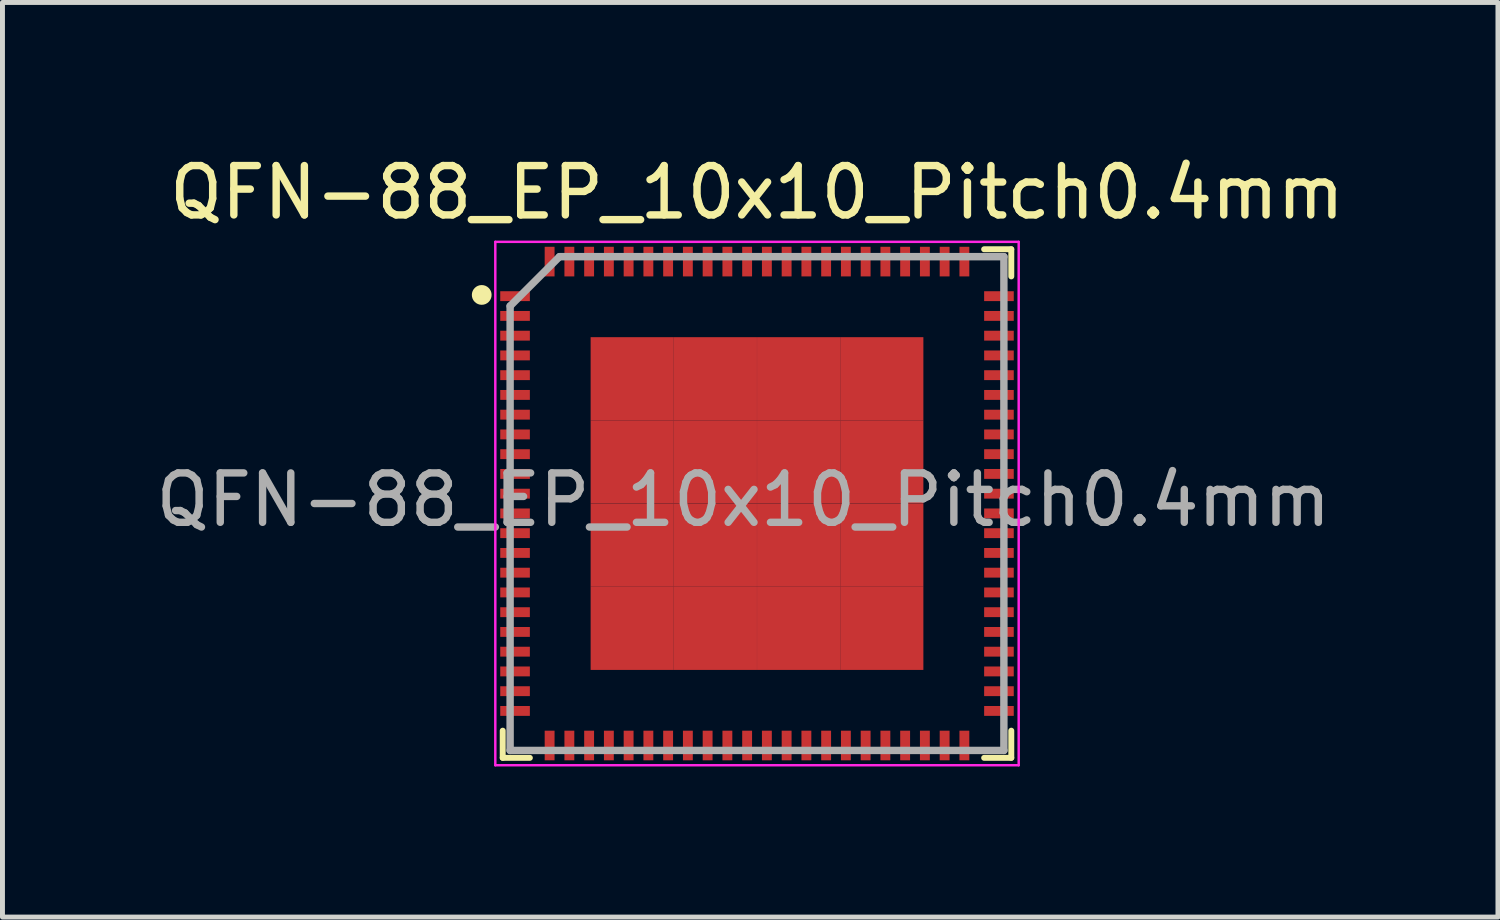
<source format=kicad_pcb>
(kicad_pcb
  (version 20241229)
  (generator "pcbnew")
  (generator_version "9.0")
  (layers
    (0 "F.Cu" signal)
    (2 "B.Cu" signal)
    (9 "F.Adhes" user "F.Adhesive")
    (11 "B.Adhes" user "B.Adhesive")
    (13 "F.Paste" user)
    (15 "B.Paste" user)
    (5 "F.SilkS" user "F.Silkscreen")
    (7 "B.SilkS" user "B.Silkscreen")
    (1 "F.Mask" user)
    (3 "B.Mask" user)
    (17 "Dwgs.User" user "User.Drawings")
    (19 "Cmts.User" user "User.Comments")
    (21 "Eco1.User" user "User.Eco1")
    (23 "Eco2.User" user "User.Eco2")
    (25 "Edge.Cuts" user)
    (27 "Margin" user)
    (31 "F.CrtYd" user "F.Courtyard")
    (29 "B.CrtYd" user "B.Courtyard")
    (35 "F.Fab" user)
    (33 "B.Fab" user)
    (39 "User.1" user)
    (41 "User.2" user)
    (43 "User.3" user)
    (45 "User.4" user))
  (footprint "QFN-88_EP_10x10_Pitch0.4mm"
    (layer "F.Cu")
    (at 12.281 7.148)
    (property "Reference" "QFN-88_EP_10x10_Pitch0.4mm" (at 0 -6.3 0) (layer "F.SilkS") (effects (font (size 1 1) (thickness 0.15))))
    (attr smd)
    (fp_line (start -5.15 5.15) (end -5.15 4.6) (stroke (width 0.12) (type solid)) (layer "F.SilkS"))
    (fp_line (start -4.6 5.15) (end -5.15 5.15) (stroke (width 0.12) (type solid)) (layer "F.SilkS"))
    (fp_line (start 4.6 -5.15) (end 5.15 -5.15) (stroke (width 0.12) (type solid)) (layer "F.SilkS"))
    (fp_line (start 4.6 5.15) (end 5.15 5.15) (stroke (width 0.12) (type solid)) (layer "F.SilkS"))
    (fp_line (start 5.15 -5.15) (end 5.15 -4.6) (stroke (width 0.12) (type solid)) (layer "F.SilkS"))
    (fp_line (start 5.15 5.15) (end 5.15 4.6) (stroke (width 0.12) (type solid)) (layer "F.SilkS"))
    (fp_circle (center -5.575 -4.225) (end -5.475 -4.225) (stroke (width 0.2) (type solid)) (fill no) (layer "F.SilkS"))
    (fp_poly (pts (xy -5.075 -4.15) (xy -5.325 -4.15) (xy -5.325 -4.25) (xy -5.075 -4.25)) (stroke (width 0.1) (type solid)) (fill yes) (layer "F.Paste"))
    (fp_poly (pts (xy -5.075 -3.75) (xy -5.325 -3.75) (xy -5.325 -3.85) (xy -5.075 -3.85)) (stroke (width 0.1) (type solid)) (fill yes) (layer "F.Paste"))
    (fp_poly (pts (xy -5.075 -3.35) (xy -5.325 -3.35) (xy -5.325 -3.45) (xy -5.075 -3.45)) (stroke (width 0.1) (type solid)) (fill yes) (layer "F.Paste"))
    (fp_poly (pts (xy -5.075 -2.95) (xy -5.325 -2.95) (xy -5.325 -3.05) (xy -5.075 -3.05)) (stroke (width 0.1) (type solid)) (fill yes) (layer "F.Paste"))
    (fp_poly (pts (xy -5.075 -2.55) (xy -5.325 -2.55) (xy -5.325 -2.65) (xy -5.075 -2.65)) (stroke (width 0.1) (type solid)) (fill yes) (layer "F.Paste"))
    (fp_poly (pts (xy -5.075 -2.15) (xy -5.325 -2.15) (xy -5.325 -2.25) (xy -5.075 -2.25)) (stroke (width 0.1) (type solid)) (fill yes) (layer "F.Paste"))
    (fp_poly (pts (xy -5.075 -1.75) (xy -5.325 -1.75) (xy -5.325 -1.85) (xy -5.075 -1.85)) (stroke (width 0.1) (type solid)) (fill yes) (layer "F.Paste"))
    (fp_poly (pts (xy -5.075 -1.35) (xy -5.325 -1.35) (xy -5.325 -1.45) (xy -5.075 -1.45)) (stroke (width 0.1) (type solid)) (fill yes) (layer "F.Paste"))
    (fp_poly (pts (xy -5.075 -0.95) (xy -5.325 -0.95) (xy -5.325 -1.05) (xy -5.075 -1.05)) (stroke (width 0.1) (type solid)) (fill yes) (layer "F.Paste"))
    (fp_poly (pts (xy -5.075 -0.55) (xy -5.325 -0.55) (xy -5.325 -0.65) (xy -5.075 -0.65)) (stroke (width 0.1) (type solid)) (fill yes) (layer "F.Paste"))
    (fp_poly (pts (xy -5.075 -0.15) (xy -5.325 -0.15) (xy -5.325 -0.25) (xy -5.075 -0.25)) (stroke (width 0.1) (type solid)) (fill yes) (layer "F.Paste"))
    (fp_poly (pts (xy -5.075 0.25) (xy -5.325 0.25) (xy -5.325 0.15) (xy -5.075 0.15)) (stroke (width 0.1) (type solid)) (fill yes) (layer "F.Paste"))
    (fp_poly (pts (xy -5.075 0.65) (xy -5.325 0.65) (xy -5.325 0.55) (xy -5.075 0.55)) (stroke (width 0.1) (type solid)) (fill yes) (layer "F.Paste"))
    (fp_poly (pts (xy -5.075 1.05) (xy -5.325 1.05) (xy -5.325 0.95) (xy -5.075 0.95)) (stroke (width 0.1) (type solid)) (fill yes) (layer "F.Paste"))
    (fp_poly (pts (xy -5.075 1.45) (xy -5.325 1.45) (xy -5.325 1.35) (xy -5.075 1.35)) (stroke (width 0.1) (type solid)) (fill yes) (layer "F.Paste"))
    (fp_poly (pts (xy -5.075 1.85) (xy -5.325 1.85) (xy -5.325 1.75) (xy -5.075 1.75)) (stroke (width 0.1) (type solid)) (fill yes) (layer "F.Paste"))
    (fp_poly (pts (xy -5.075 2.25) (xy -5.325 2.25) (xy -5.325 2.15) (xy -5.075 2.15)) (stroke (width 0.1) (type solid)) (fill yes) (layer "F.Paste"))
    (fp_poly (pts (xy -5.075 2.65) (xy -5.325 2.65) (xy -5.325 2.55) (xy -5.075 2.55)) (stroke (width 0.1) (type solid)) (fill yes) (layer "F.Paste"))
    (fp_poly (pts (xy -5.075 3.05) (xy -5.325 3.05) (xy -5.325 2.95) (xy -5.075 2.95)) (stroke (width 0.1) (type solid)) (fill yes) (layer "F.Paste"))
    (fp_poly (pts (xy -5.075 3.45) (xy -5.325 3.45) (xy -5.325 3.35) (xy -5.075 3.35)) (stroke (width 0.1) (type solid)) (fill yes) (layer "F.Paste"))
    (fp_poly (pts (xy -5.075 3.85) (xy -5.325 3.85) (xy -5.325 3.75) (xy -5.075 3.75)) (stroke (width 0.1) (type solid)) (fill yes) (layer "F.Paste"))
    (fp_poly (pts (xy -5.075 4.25) (xy -5.325 4.25) (xy -5.325 4.15) (xy -5.075 4.15)) (stroke (width 0.1) (type solid)) (fill yes) (layer "F.Paste"))
    (fp_poly (pts (xy -4.25 -5.075) (xy -4.25 -5.325) (xy -4.15 -5.325) (xy -4.15 -5.075)) (stroke (width 0.1) (type solid)) (fill yes) (layer "F.Paste"))
    (fp_poly (pts (xy -4.15 5.075) (xy -4.15 5.325) (xy -4.25 5.325) (xy -4.25 5.075)) (stroke (width 0.1) (type solid)) (fill yes) (layer "F.Paste"))
    (fp_poly (pts (xy -3.85 -5.075) (xy -3.85 -5.325) (xy -3.75 -5.325) (xy -3.75 -5.075)) (stroke (width 0.1) (type solid)) (fill yes) (layer "F.Paste"))
    (fp_poly (pts (xy -3.75 5.075) (xy -3.75 5.325) (xy -3.85 5.325) (xy -3.85 5.075)) (stroke (width 0.1) (type solid)) (fill yes) (layer "F.Paste"))
    (fp_poly (pts (xy -3.45 -5.075) (xy -3.45 -5.325) (xy -3.35 -5.325) (xy -3.35 -5.075)) (stroke (width 0.1) (type solid)) (fill yes) (layer "F.Paste"))
    (fp_poly (pts (xy -3.35 5.075) (xy -3.35 5.325) (xy -3.45 5.325) (xy -3.45 5.075)) (stroke (width 0.1) (type solid)) (fill yes) (layer "F.Paste"))
    (fp_poly (pts (xy -3.05 -5.075) (xy -3.05 -5.325) (xy -2.95 -5.325) (xy -2.95 -5.075)) (stroke (width 0.1) (type solid)) (fill yes) (layer "F.Paste"))
    (fp_poly (pts (xy -2.95 5.075) (xy -2.95 5.325) (xy -3.05 5.325) (xy -3.05 5.075)) (stroke (width 0.1) (type solid)) (fill yes) (layer "F.Paste"))
    (fp_poly (pts (xy -2.65 -5.075) (xy -2.65 -5.325) (xy -2.55 -5.325) (xy -2.55 -5.075)) (stroke (width 0.1) (type solid)) (fill yes) (layer "F.Paste"))
    (fp_poly (pts (xy -2.55 5.075) (xy -2.55 5.325) (xy -2.65 5.325) (xy -2.65 5.075)) (stroke (width 0.1) (type solid)) (fill yes) (layer "F.Paste"))
    (fp_poly (pts (xy -2.25 -5.075) (xy -2.25 -5.325) (xy -2.15 -5.325) (xy -2.15 -5.075)) (stroke (width 0.1) (type solid)) (fill yes) (layer "F.Paste"))
    (fp_poly (pts (xy -2.15 5.075) (xy -2.15 5.325) (xy -2.25 5.325) (xy -2.25 5.075)) (stroke (width 0.1) (type solid)) (fill yes) (layer "F.Paste"))
    (fp_poly (pts (xy -1.85 -5.075) (xy -1.85 -5.325) (xy -1.75 -5.325) (xy -1.75 -5.075)) (stroke (width 0.1) (type solid)) (fill yes) (layer "F.Paste"))
    (fp_poly (pts (xy -1.75 5.075) (xy -1.75 5.325) (xy -1.85 5.325) (xy -1.85 5.075)) (stroke (width 0.1) (type solid)) (fill yes) (layer "F.Paste"))
    (fp_poly (pts (xy -1.45 -5.075) (xy -1.45 -5.325) (xy -1.35 -5.325) (xy -1.35 -5.075)) (stroke (width 0.1) (type solid)) (fill yes) (layer "F.Paste"))
    (fp_poly (pts (xy -1.35 5.075) (xy -1.35 5.325) (xy -1.45 5.325) (xy -1.45 5.075)) (stroke (width 0.1) (type solid)) (fill yes) (layer "F.Paste"))
    (fp_poly (pts (xy -1.05 -5.075) (xy -1.05 -5.325) (xy -0.95 -5.325) (xy -0.95 -5.075)) (stroke (width 0.1) (type solid)) (fill yes) (layer "F.Paste"))
    (fp_poly (pts (xy -0.95 5.075) (xy -0.95 5.325) (xy -1.05 5.325) (xy -1.05 5.075)) (stroke (width 0.1) (type solid)) (fill yes) (layer "F.Paste"))
    (fp_poly (pts (xy -0.65 -5.075) (xy -0.65 -5.325) (xy -0.55 -5.325) (xy -0.55 -5.075)) (stroke (width 0.1) (type solid)) (fill yes) (layer "F.Paste"))
    (fp_poly (pts (xy -0.55 5.075) (xy -0.55 5.325) (xy -0.65 5.325) (xy -0.65 5.075)) (stroke (width 0.1) (type solid)) (fill yes) (layer "F.Paste"))
    (fp_poly (pts (xy -0.25 -5.075) (xy -0.25 -5.325) (xy -0.15 -5.325) (xy -0.15 -5.075)) (stroke (width 0.1) (type solid)) (fill yes) (layer "F.Paste"))
    (fp_poly (pts (xy -0.15 5.075) (xy -0.15 5.325) (xy -0.25 5.325) (xy -0.25 5.075)) (stroke (width 0.1) (type solid)) (fill yes) (layer "F.Paste"))
    (fp_poly (pts (xy 0.15 -5.075) (xy 0.15 -5.325) (xy 0.25 -5.325) (xy 0.25 -5.075)) (stroke (width 0.1) (type solid)) (fill yes) (layer "F.Paste"))
    (fp_poly (pts (xy 0.25 5.075) (xy 0.25 5.325) (xy 0.15 5.325) (xy 0.15 5.075)) (stroke (width 0.1) (type solid)) (fill yes) (layer "F.Paste"))
    (fp_poly (pts (xy 0.55 -5.075) (xy 0.55 -5.325) (xy 0.65 -5.325) (xy 0.65 -5.075)) (stroke (width 0.1) (type solid)) (fill yes) (layer "F.Paste"))
    (fp_poly (pts (xy 0.65 5.075) (xy 0.65 5.325) (xy 0.55 5.325) (xy 0.55 5.075)) (stroke (width 0.1) (type solid)) (fill yes) (layer "F.Paste"))
    (fp_poly (pts (xy 0.95 -5.075) (xy 0.95 -5.325) (xy 1.05 -5.325) (xy 1.05 -5.075)) (stroke (width 0.1) (type solid)) (fill yes) (layer "F.Paste"))
    (fp_poly (pts (xy 1.05 5.075) (xy 1.05 5.325) (xy 0.95 5.325) (xy 0.95 5.075)) (stroke (width 0.1) (type solid)) (fill yes) (layer "F.Paste"))
    (fp_poly (pts (xy 1.35 -5.075) (xy 1.35 -5.325) (xy 1.45 -5.325) (xy 1.45 -5.075)) (stroke (width 0.1) (type solid)) (fill yes) (layer "F.Paste"))
    (fp_poly (pts (xy 1.45 5.075) (xy 1.45 5.325) (xy 1.35 5.325) (xy 1.35 5.075)) (stroke (width 0.1) (type solid)) (fill yes) (layer "F.Paste"))
    (fp_poly (pts (xy 1.75 -5.075) (xy 1.75 -5.325) (xy 1.85 -5.325) (xy 1.85 -5.075)) (stroke (width 0.1) (type solid)) (fill yes) (layer "F.Paste"))
    (fp_poly (pts (xy 1.85 5.075) (xy 1.85 5.325) (xy 1.75 5.325) (xy 1.75 5.075)) (stroke (width 0.1) (type solid)) (fill yes) (layer "F.Paste"))
    (fp_poly (pts (xy 2.15 -5.075) (xy 2.15 -5.325) (xy 2.25 -5.325) (xy 2.25 -5.075)) (stroke (width 0.1) (type solid)) (fill yes) (layer "F.Paste"))
    (fp_poly (pts (xy 2.25 5.075) (xy 2.25 5.325) (xy 2.15 5.325) (xy 2.15 5.075)) (stroke (width 0.1) (type solid)) (fill yes) (layer "F.Paste"))
    (fp_poly (pts (xy 2.55 -5.075) (xy 2.55 -5.325) (xy 2.65 -5.325) (xy 2.65 -5.075)) (stroke (width 0.1) (type solid)) (fill yes) (layer "F.Paste"))
    (fp_poly (pts (xy 2.65 5.075) (xy 2.65 5.325) (xy 2.55 5.325) (xy 2.55 5.075)) (stroke (width 0.1) (type solid)) (fill yes) (layer "F.Paste"))
    (fp_poly (pts (xy 2.95 -5.075) (xy 2.95 -5.325) (xy 3.05 -5.325) (xy 3.05 -5.075)) (stroke (width 0.1) (type solid)) (fill yes) (layer "F.Paste"))
    (fp_poly (pts (xy 3.05 5.075) (xy 3.05 5.325) (xy 2.95 5.325) (xy 2.95 5.075)) (stroke (width 0.1) (type solid)) (fill yes) (layer "F.Paste"))
    (fp_poly (pts (xy 3.35 -5.075) (xy 3.35 -5.325) (xy 3.45 -5.325) (xy 3.45 -5.075)) (stroke (width 0.1) (type solid)) (fill yes) (layer "F.Paste"))
    (fp_poly (pts (xy 3.45 5.075) (xy 3.45 5.325) (xy 3.35 5.325) (xy 3.35 5.075)) (stroke (width 0.1) (type solid)) (fill yes) (layer "F.Paste"))
    (fp_poly (pts (xy 3.75 -5.075) (xy 3.75 -5.325) (xy 3.85 -5.325) (xy 3.85 -5.075)) (stroke (width 0.1) (type solid)) (fill yes) (layer "F.Paste"))
    (fp_poly (pts (xy 3.85 5.075) (xy 3.85 5.325) (xy 3.75 5.325) (xy 3.75 5.075)) (stroke (width 0.1) (type solid)) (fill yes) (layer "F.Paste"))
    (fp_poly (pts (xy 4.15 -5.075) (xy 4.15 -5.325) (xy 4.25 -5.325) (xy 4.25 -5.075)) (stroke (width 0.1) (type solid)) (fill yes) (layer "F.Paste"))
    (fp_poly (pts (xy 4.25 5.075) (xy 4.25 5.325) (xy 4.15 5.325) (xy 4.15 5.075)) (stroke (width 0.1) (type solid)) (fill yes) (layer "F.Paste"))
    (fp_poly (pts (xy 5.075 -4.25) (xy 5.325 -4.25) (xy 5.325 -4.15) (xy 5.075 -4.15)) (stroke (width 0.1) (type solid)) (fill yes) (layer "F.Paste"))
    (fp_poly (pts (xy 5.075 -3.85) (xy 5.325 -3.85) (xy 5.325 -3.75) (xy 5.075 -3.75)) (stroke (width 0.1) (type solid)) (fill yes) (layer "F.Paste"))
    (fp_poly (pts (xy 5.075 -3.45) (xy 5.325 -3.45) (xy 5.325 -3.35) (xy 5.075 -3.35)) (stroke (width 0.1) (type solid)) (fill yes) (layer "F.Paste"))
    (fp_poly (pts (xy 5.075 -3.05) (xy 5.325 -3.05) (xy 5.325 -2.95) (xy 5.075 -2.95)) (stroke (width 0.1) (type solid)) (fill yes) (layer "F.Paste"))
    (fp_poly (pts (xy 5.075 -2.65) (xy 5.325 -2.65) (xy 5.325 -2.55) (xy 5.075 -2.55)) (stroke (width 0.1) (type solid)) (fill yes) (layer "F.Paste"))
    (fp_poly (pts (xy 5.075 -2.25) (xy 5.325 -2.25) (xy 5.325 -2.15) (xy 5.075 -2.15)) (stroke (width 0.1) (type solid)) (fill yes) (layer "F.Paste"))
    (fp_poly (pts (xy 5.075 -1.85) (xy 5.325 -1.85) (xy 5.325 -1.75) (xy 5.075 -1.75)) (stroke (width 0.1) (type solid)) (fill yes) (layer "F.Paste"))
    (fp_poly (pts (xy 5.075 -1.45) (xy 5.325 -1.45) (xy 5.325 -1.35) (xy 5.075 -1.35)) (stroke (width 0.1) (type solid)) (fill yes) (layer "F.Paste"))
    (fp_poly (pts (xy 5.075 -1.05) (xy 5.325 -1.05) (xy 5.325 -0.95) (xy 5.075 -0.95)) (stroke (width 0.1) (type solid)) (fill yes) (layer "F.Paste"))
    (fp_poly (pts (xy 5.075 -0.65) (xy 5.325 -0.65) (xy 5.325 -0.55) (xy 5.075 -0.55)) (stroke (width 0.1) (type solid)) (fill yes) (layer "F.Paste"))
    (fp_poly (pts (xy 5.075 -0.25) (xy 5.325 -0.25) (xy 5.325 -0.15) (xy 5.075 -0.15)) (stroke (width 0.1) (type solid)) (fill yes) (layer "F.Paste"))
    (fp_poly (pts (xy 5.075 0.15) (xy 5.325 0.15) (xy 5.325 0.25) (xy 5.075 0.25)) (stroke (width 0.1) (type solid)) (fill yes) (layer "F.Paste"))
    (fp_poly (pts (xy 5.075 0.55) (xy 5.325 0.55) (xy 5.325 0.65) (xy 5.075 0.65)) (stroke (width 0.1) (type solid)) (fill yes) (layer "F.Paste"))
    (fp_poly (pts (xy 5.075 0.95) (xy 5.325 0.95) (xy 5.325 1.05) (xy 5.075 1.05)) (stroke (width 0.1) (type solid)) (fill yes) (layer "F.Paste"))
    (fp_poly (pts (xy 5.075 1.35) (xy 5.325 1.35) (xy 5.325 1.45) (xy 5.075 1.45)) (stroke (width 0.1) (type solid)) (fill yes) (layer "F.Paste"))
    (fp_poly (pts (xy 5.075 1.75) (xy 5.325 1.75) (xy 5.325 1.85) (xy 5.075 1.85)) (stroke (width 0.1) (type solid)) (fill yes) (layer "F.Paste"))
    (fp_poly (pts (xy 5.075 2.15) (xy 5.325 2.15) (xy 5.325 2.25) (xy 5.075 2.25)) (stroke (width 0.1) (type solid)) (fill yes) (layer "F.Paste"))
    (fp_poly (pts (xy 5.075 2.55) (xy 5.325 2.55) (xy 5.325 2.65) (xy 5.075 2.65)) (stroke (width 0.1) (type solid)) (fill yes) (layer "F.Paste"))
    (fp_poly (pts (xy 5.075 2.95) (xy 5.325 2.95) (xy 5.325 3.05) (xy 5.075 3.05)) (stroke (width 0.1) (type solid)) (fill yes) (layer "F.Paste"))
    (fp_poly (pts (xy 5.075 3.35) (xy 5.325 3.35) (xy 5.325 3.45) (xy 5.075 3.45)) (stroke (width 0.1) (type solid)) (fill yes) (layer "F.Paste"))
    (fp_poly (pts (xy 5.075 3.75) (xy 5.325 3.75) (xy 5.325 3.85) (xy 5.075 3.85)) (stroke (width 0.1) (type solid)) (fill yes) (layer "F.Paste"))
    (fp_poly (pts (xy 5.075 4.15) (xy 5.325 4.15) (xy 5.325 4.25) (xy 5.075 4.25)) (stroke (width 0.1) (type solid)) (fill yes) (layer "F.Paste"))
    (fp_line (start -5.3 -5.3) (end 5.3 -5.3) (stroke (width 0.05) (type solid)) (layer "F.CrtYd"))
    (fp_line (start -5.3 5.3) (end -5.3 -5.3) (stroke (width 0.05) (type solid)) (layer "F.CrtYd"))
    (fp_line (start 5.3 -5.3) (end 5.3 5.3) (stroke (width 0.05) (type solid)) (layer "F.CrtYd"))
    (fp_line (start 5.3 5.3) (end -5.3 5.3) (stroke (width 0.05) (type solid)) (layer "F.CrtYd"))
    (fp_line (start -5 -4) (end -5 5) (stroke (width 0.15) (type solid)) (layer "F.Fab"))
    (fp_line (start -5 5) (end 5 5) (stroke (width 0.15) (type solid)) (layer "F.Fab"))
    (fp_line (start -4 -5) (end -5 -4) (stroke (width 0.15) (type solid)) (layer "F.Fab"))
    (fp_line (start 5 -5) (end -4 -5) (stroke (width 0.15) (type solid)) (layer "F.Fab"))
    (fp_line (start 5 5) (end 5 -5) (stroke (width 0.15) (type solid)) (layer "F.Fab"))
    (fp_text user "${REFERENCE}" (at -0.275 -0.075 0) (unlocked yes) (layer "F.Fab") (effects (font (size 1 1) (thickness 0.15))))
    (pad "1" smd rect (at -4.9 -4.2 90) (size 0.2 0.6) (layers "F.Cu" "F.Mask" "F.Paste"))
    (pad "2" smd rect (at -4.9 -3.8 90) (size 0.2 0.6) (layers "F.Cu" "F.Mask" "F.Paste"))
    (pad "3" smd rect (at -4.9 -3.4 90) (size 0.2 0.6) (layers "F.Cu" "F.Mask" "F.Paste"))
    (pad "4" smd rect (at -4.9 -3 90) (size 0.2 0.6) (layers "F.Cu" "F.Mask" "F.Paste"))
    (pad "5" smd rect (at -4.9 -2.6 90) (size 0.2 0.6) (layers "F.Cu" "F.Mask" "F.Paste"))
    (pad "6" smd rect (at -4.9 -2.2 90) (size 0.2 0.6) (layers "F.Cu" "F.Mask" "F.Paste"))
    (pad "7" smd rect (at -4.9 -1.8 90) (size 0.2 0.6) (layers "F.Cu" "F.Mask" "F.Paste"))
    (pad "8" smd rect (at -4.9 -1.4 90) (size 0.2 0.6) (layers "F.Cu" "F.Mask" "F.Paste"))
    (pad "9" smd rect (at -4.9 -1 90) (size 0.2 0.6) (layers "F.Cu" "F.Mask" "F.Paste"))
    (pad "10" smd rect (at -4.9 -0.6 90) (size 0.2 0.6) (layers "F.Cu" "F.Mask" "F.Paste"))
    (pad "11" smd rect (at -4.9 -0.2 90) (size 0.2 0.6) (layers "F.Cu" "F.Mask" "F.Paste"))
    (pad "12" smd rect (at -4.9 0.2 90) (size 0.2 0.6) (layers "F.Cu" "F.Mask" "F.Paste"))
    (pad "13" smd rect (at -4.9 0.6 90) (size 0.2 0.6) (layers "F.Cu" "F.Mask" "F.Paste"))
    (pad "14" smd rect (at -4.9 1 90) (size 0.2 0.6) (layers "F.Cu" "F.Mask" "F.Paste"))
    (pad "15" smd rect (at -4.9 1.4 90) (size 0.2 0.6) (layers "F.Cu" "F.Mask" "F.Paste"))
    (pad "16" smd rect (at -4.9 1.8 90) (size 0.2 0.6) (layers "F.Cu" "F.Mask" "F.Paste"))
    (pad "17" smd rect (at -4.9 2.2 90) (size 0.2 0.6) (layers "F.Cu" "F.Mask" "F.Paste"))
    (pad "18" smd rect (at -4.9 2.6 90) (size 0.2 0.6) (layers "F.Cu" "F.Mask" "F.Paste"))
    (pad "19" smd rect (at -4.9 3 90) (size 0.2 0.6) (layers "F.Cu" "F.Mask" "F.Paste"))
    (pad "20" smd rect (at -4.9 3.4 90) (size 0.2 0.6) (layers "F.Cu" "F.Mask" "F.Paste"))
    (pad "21" smd rect (at -4.9 3.8 90) (size 0.2 0.6) (layers "F.Cu" "F.Mask" "F.Paste"))
    (pad "22" smd rect (at -4.9 4.2 90) (size 0.2 0.6) (layers "F.Cu" "F.Mask" "F.Paste"))
    (pad "23" smd rect (at -4.2 4.9) (size 0.2 0.6) (layers "F.Cu" "F.Mask" "F.Paste"))
    (pad "24" smd rect (at -3.8 4.9) (size 0.2 0.6) (layers "F.Cu" "F.Mask" "F.Paste"))
    (pad "25" smd rect (at -3.4 4.9) (size 0.2 0.6) (layers "F.Cu" "F.Mask" "F.Paste"))
    (pad "26" smd rect (at -3 4.9) (size 0.2 0.6) (layers "F.Cu" "F.Mask" "F.Paste"))
    (pad "27" smd rect (at -2.6 4.9) (size 0.2 0.6) (layers "F.Cu" "F.Mask" "F.Paste"))
    (pad "28" smd rect (at -2.2 4.9) (size 0.2 0.6) (layers "F.Cu" "F.Mask" "F.Paste"))
    (pad "29" smd rect (at -1.8 4.9) (size 0.2 0.6) (layers "F.Cu" "F.Mask" "F.Paste"))
    (pad "30" smd rect (at -1.4 4.9) (size 0.2 0.6) (layers "F.Cu" "F.Mask" "F.Paste"))
    (pad "31" smd rect (at -1 4.9) (size 0.2 0.6) (layers "F.Cu" "F.Mask" "F.Paste"))
    (pad "32" smd rect (at -0.6 4.9) (size 0.2 0.6) (layers "F.Cu" "F.Mask" "F.Paste"))
    (pad "33" smd rect (at -0.2 4.9) (size 0.2 0.6) (layers "F.Cu" "F.Mask" "F.Paste"))
    (pad "34" smd rect (at 0.2 4.9) (size 0.2 0.6) (layers "F.Cu" "F.Mask" "F.Paste"))
    (pad "35" smd rect (at 0.6 4.9) (size 0.2 0.6) (layers "F.Cu" "F.Mask" "F.Paste"))
    (pad "36" smd rect (at 1 4.9) (size 0.2 0.6) (layers "F.Cu" "F.Mask" "F.Paste"))
    (pad "37" smd rect (at 1.4 4.9) (size 0.2 0.6) (layers "F.Cu" "F.Mask" "F.Paste"))
    (pad "38" smd rect (at 1.8 4.9) (size 0.2 0.6) (layers "F.Cu" "F.Mask" "F.Paste"))
    (pad "39" smd rect (at 2.2 4.9) (size 0.2 0.6) (layers "F.Cu" "F.Mask" "F.Paste"))
    (pad "40" smd rect (at 2.6 4.9) (size 0.2 0.6) (layers "F.Cu" "F.Mask" "F.Paste"))
    (pad "41" smd rect (at 3 4.9) (size 0.2 0.6) (layers "F.Cu" "F.Mask" "F.Paste"))
    (pad "42" smd rect (at 3.4 4.9) (size 0.2 0.6) (layers "F.Cu" "F.Mask" "F.Paste"))
    (pad "43" smd rect (at 3.8 4.9) (size 0.2 0.6) (layers "F.Cu" "F.Mask" "F.Paste"))
    (pad "44" smd rect (at 4.2 4.9) (size 0.2 0.6) (layers "F.Cu" "F.Mask" "F.Paste"))
    (pad "45" smd rect (at 4.9 4.2 90) (size 0.2 0.6) (layers "F.Cu" "F.Mask" "F.Paste"))
    (pad "46" smd rect (at 4.9 3.8 90) (size 0.2 0.6) (layers "F.Cu" "F.Mask" "F.Paste"))
    (pad "47" smd rect (at 4.9 3.4 90) (size 0.2 0.6) (layers "F.Cu" "F.Mask" "F.Paste"))
    (pad "48" smd rect (at 4.9 3 90) (size 0.2 0.6) (layers "F.Cu" "F.Mask" "F.Paste"))
    (pad "49" smd rect (at 4.9 2.6 90) (size 0.2 0.6) (layers "F.Cu" "F.Mask" "F.Paste"))
    (pad "50" smd rect (at 4.9 2.2 90) (size 0.2 0.6) (layers "F.Cu" "F.Mask" "F.Paste"))
    (pad "51" smd rect (at 4.9 1.8 90) (size 0.2 0.6) (layers "F.Cu" "F.Mask" "F.Paste"))
    (pad "52" smd rect (at 4.9 1.4 90) (size 0.2 0.6) (layers "F.Cu" "F.Mask" "F.Paste"))
    (pad "53" smd rect (at 4.9 1 90) (size 0.2 0.6) (layers "F.Cu" "F.Mask" "F.Paste"))
    (pad "54" smd rect (at 4.9 0.6 90) (size 0.2 0.6) (layers "F.Cu" "F.Mask" "F.Paste"))
    (pad "55" smd rect (at 4.9 0.2 90) (size 0.2 0.6) (layers "F.Cu" "F.Mask" "F.Paste"))
    (pad "56" smd rect (at 4.9 -0.2 90) (size 0.2 0.6) (layers "F.Cu" "F.Mask" "F.Paste"))
    (pad "57" smd rect (at 4.9 -0.6 90) (size 0.2 0.6) (layers "F.Cu" "F.Mask" "F.Paste"))
    (pad "58" smd rect (at 4.9 -1 90) (size 0.2 0.6) (layers "F.Cu" "F.Mask" "F.Paste"))
    (pad "59" smd rect (at 4.9 -1.4 90) (size 0.2 0.6) (layers "F.Cu" "F.Mask" "F.Paste"))
    (pad "60" smd rect (at 4.9 -1.8 90) (size 0.2 0.6) (layers "F.Cu" "F.Mask" "F.Paste"))
    (pad "61" smd rect (at 4.9 -2.2 90) (size 0.2 0.6) (layers "F.Cu" "F.Mask" "F.Paste"))
    (pad "62" smd rect (at 4.9 -2.6 90) (size 0.2 0.6) (layers "F.Cu" "F.Mask" "F.Paste"))
    (pad "63" smd rect (at 4.9 -3 90) (size 0.2 0.6) (layers "F.Cu" "F.Mask" "F.Paste"))
    (pad "64" smd rect (at 4.9 -3.4 90) (size 0.2 0.6) (layers "F.Cu" "F.Mask" "F.Paste"))
    (pad "65" smd rect (at 4.9 -3.8 90) (size 0.2 0.6) (layers "F.Cu" "F.Mask" "F.Paste"))
    (pad "66" smd rect (at 4.9 -4.2 90) (size 0.2 0.6) (layers "F.Cu" "F.Mask" "F.Paste"))
    (pad "67" smd rect (at 4.2 -4.9) (size 0.2 0.6) (layers "F.Cu" "F.Mask" "F.Paste"))
    (pad "68" smd rect (at 3.8 -4.9) (size 0.2 0.6) (layers "F.Cu" "F.Mask" "F.Paste"))
    (pad "69" smd rect (at 3.4 -4.9) (size 0.2 0.6) (layers "F.Cu" "F.Mask" "F.Paste"))
    (pad "70" smd rect (at 3 -4.9) (size 0.2 0.6) (layers "F.Cu" "F.Mask" "F.Paste"))
    (pad "71" smd rect (at 2.6 -4.9) (size 0.2 0.6) (layers "F.Cu" "F.Mask" "F.Paste"))
    (pad "72" smd rect (at 2.2 -4.9) (size 0.2 0.6) (layers "F.Cu" "F.Mask" "F.Paste"))
    (pad "73" smd rect (at 1.8 -4.9) (size 0.2 0.6) (layers "F.Cu" "F.Mask" "F.Paste"))
    (pad "74" smd rect (at 1.4 -4.9) (size 0.2 0.6) (layers "F.Cu" "F.Mask" "F.Paste"))
    (pad "75" smd rect (at 1 -4.9) (size 0.2 0.6) (layers "F.Cu" "F.Mask" "F.Paste"))
    (pad "76" smd rect (at 0.6 -4.9) (size 0.2 0.6) (layers "F.Cu" "F.Mask" "F.Paste"))
    (pad "77" smd rect (at 0.2 -4.9) (size 0.2 0.6) (layers "F.Cu" "F.Mask" "F.Paste"))
    (pad "78" smd rect (at -0.2 -4.9) (size 0.2 0.6) (layers "F.Cu" "F.Mask" "F.Paste"))
    (pad "79" smd rect (at -0.6 -4.9) (size 0.2 0.6) (layers "F.Cu" "F.Mask" "F.Paste"))
    (pad "80" smd rect (at -1 -4.9) (size 0.2 0.6) (layers "F.Cu" "F.Mask" "F.Paste"))
    (pad "81" smd rect (at -1.4 -4.9) (size 0.2 0.6) (layers "F.Cu" "F.Mask" "F.Paste"))
    (pad "82" smd rect (at -1.8 -4.9) (size 0.2 0.6) (layers "F.Cu" "F.Mask" "F.Paste"))
    (pad "83" smd rect (at -2.2 -4.9) (size 0.2 0.6) (layers "F.Cu" "F.Mask" "F.Paste"))
    (pad "84" smd rect (at -2.6 -4.9) (size 0.2 0.6) (layers "F.Cu" "F.Mask" "F.Paste"))
    (pad "85" smd rect (at -3 -4.9) (size 0.2 0.6) (layers "F.Cu" "F.Mask" "F.Paste"))
    (pad "86" smd rect (at -3.4 -4.9) (size 0.2 0.6) (layers "F.Cu" "F.Mask" "F.Paste"))
    (pad "87" smd rect (at -3.8 -4.9) (size 0.2 0.6) (layers "F.Cu" "F.Mask" "F.Paste"))
    (pad "88" smd rect (at -4.2 -4.9) (size 0.2 0.6) (layers "F.Cu" "F.Mask" "F.Paste"))
    (pad "89" smd rect (at -2.527 -2.527) (size 1.685 1.685) (layers "F.Cu" "F.Mask" "F.Paste"))
    (pad "89" smd rect (at -2.527 -0.843) (size 1.685 1.685) (layers "F.Cu" "F.Mask" "F.Paste"))
    (pad "89" smd rect (at -2.527 0.843) (size 1.685 1.685) (layers "F.Cu" "F.Mask" "F.Paste"))
    (pad "89" smd rect (at -2.527 2.527) (size 1.685 1.685) (layers "F.Cu" "F.Mask" "F.Paste"))
    (pad "89" smd rect (at -0.843 -2.527) (size 1.685 1.685) (layers "F.Cu" "F.Mask" "F.Paste"))
    (pad "89" smd rect (at -0.843 -0.843) (size 1.685 1.685) (layers "F.Cu" "F.Mask" "F.Paste"))
    (pad "89" smd rect (at -0.843 0.843) (size 1.685 1.685) (layers "F.Cu" "F.Mask" "F.Paste"))
    (pad "89" smd rect (at -0.843 2.527) (size 1.685 1.685) (layers "F.Cu" "F.Mask" "F.Paste"))
    (pad "89" smd rect (at 0.843 -2.527) (size 1.685 1.685) (layers "F.Cu" "F.Mask" "F.Paste"))
    (pad "89" smd rect (at 0.843 -0.843) (size 1.685 1.685) (layers "F.Cu" "F.Mask" "F.Paste"))
    (pad "89" smd rect (at 0.843 0.843) (size 1.685 1.685) (layers "F.Cu" "F.Mask" "F.Paste"))
    (pad "89" smd rect (at 0.843 2.527) (size 1.685 1.685) (layers "F.Cu" "F.Mask" "F.Paste"))
    (pad "89" smd rect (at 2.527 -2.527) (size 1.685 1.685) (layers "F.Cu" "F.Mask" "F.Paste"))
    (pad "89" smd rect (at 2.527 -0.843) (size 1.685 1.685) (layers "F.Cu" "F.Mask" "F.Paste"))
    (pad "89" smd rect (at 2.527 0.843) (size 1.685 1.685) (layers "F.Cu" "F.Mask" "F.Paste"))
    (pad "89" smd rect (at 2.527 2.527) (size 1.685 1.685) (layers "F.Cu" "F.Mask" "F.Paste")))
  (gr_rect
    (start -3 -3)
    (end 27.287 15.523)
    (stroke (width 0.1) (type default))
    (fill no)
    (layer "Edge.Cuts")))
</source>
